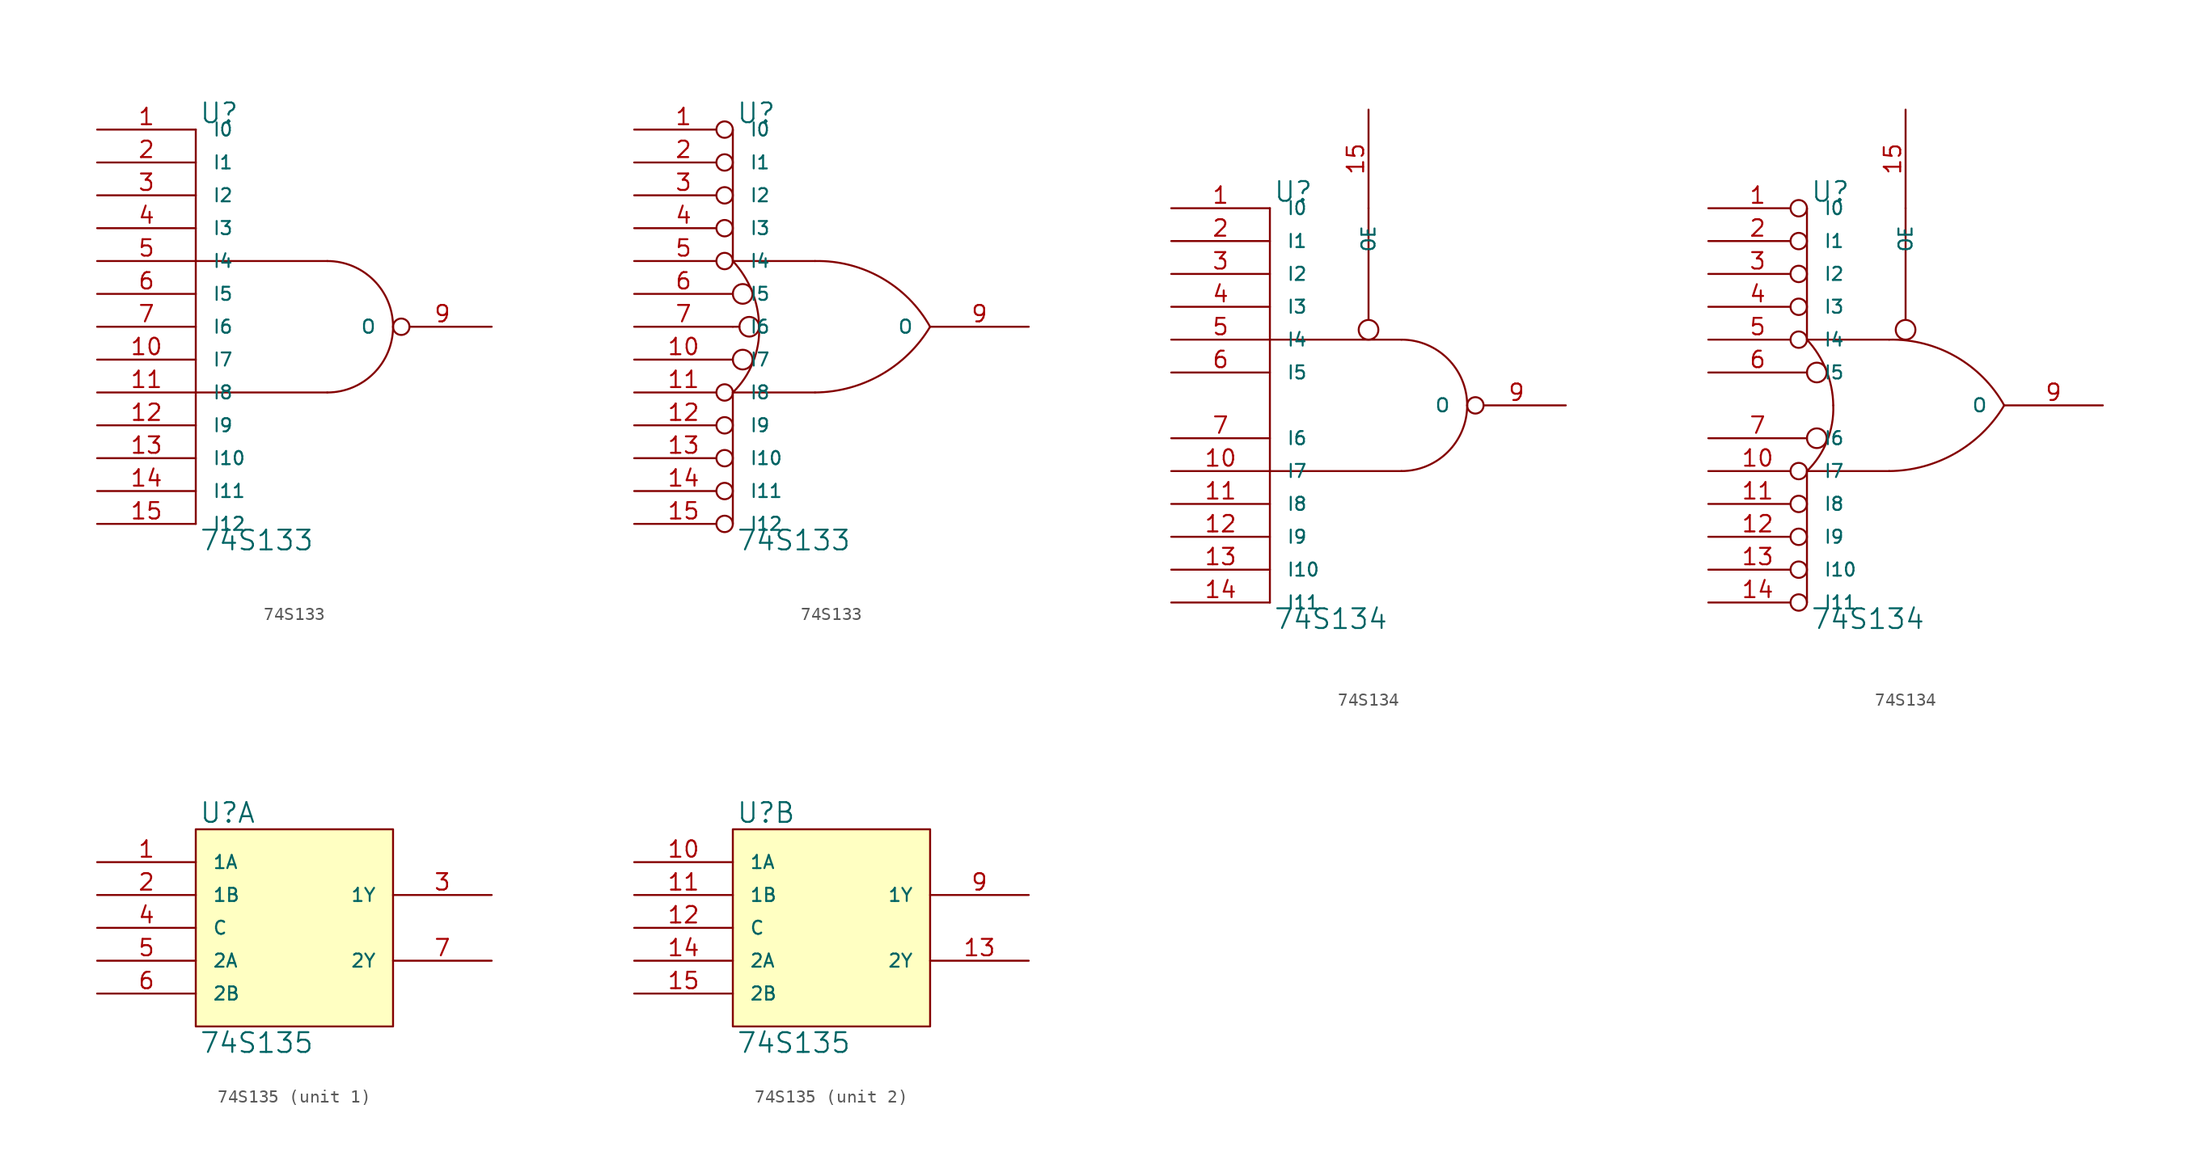
<source format=kicad_sym>
(kicad_symbol_lib
  (version 20231120)
  (generator "kicad_symbol_editor")
  (generator_version "8.0")
  (symbol "74S133"
    (pin_names
      (offset 1.27))
    (property "Reference" "U"
      (at 0.254 0.381 0)
      (effects (font (size 1.524 1.524)) (justify left bottom)))
    (property "Value" "74S133"
      (at 0.254 -30.861 0)
      (effects (font (size 1.524 1.524)) (justify left top)))
    (symbol "74S133_0_1"
      (polyline (pts (xy 0 -20.32) (xy 10.16 -20.32)) (stroke (width 0) (type solid)) (fill (type none)))
      (polyline (pts (xy 0 0) (xy 0 -30.48)) (stroke (width 0) (type solid)) (fill (type none)))
      (polyline (pts (xy 10.16 -10.16) (xy 0 -10.16)) (stroke (width 0) (type solid)) (fill (type none)))
      (arc (start 10.16 -20.32) (mid 13.7521 -18.8321) (end 15.24 -15.24) (stroke (width 0) (type solid)) (fill (type none)))
      (arc (start 15.24 -15.24) (mid 13.7521 -11.6479) (end 10.16 -10.16) (stroke (width 0) (type solid)) (fill (type none))))
    (symbol "74S133_0_2"
      (arc (start 0 -20.32) (mid 1.5573 -17.9893) (end 2.032 -15.24) (stroke (width 0) (type solid)) (fill (type none)))
      (polyline (pts (xy 0 -20.32) (xy 0 -30.48)) (stroke (width 0) (type solid)) (fill (type none)))
      (polyline (pts (xy 0 0) (xy 0 -10.16)) (stroke (width 0) (type solid)) (fill (type none)))
      (polyline (pts (xy 0.508 -15.24) (xy 0 -15.24)) (stroke (width 0) (type solid)) (fill (type none)))
      (polyline (pts (xy 6.35 -20.32) (xy 0 -20.32)) (stroke (width 0) (type solid)) (fill (type none)))
      (polyline (pts (xy 6.35 -10.16) (xy 0 -10.16)) (stroke (width 0) (type solid)) (fill (type none)))
      (circle (center 0.762 -17.78) (radius 0.762) (stroke (width 0) (type solid)) (fill (type none)))
      (circle (center 0.762 -12.7) (radius 0.762) (stroke (width 0) (type solid)) (fill (type none)))
      (circle (center 1.27 -15.24) (radius 0.762) (stroke (width 0) (type solid)) (fill (type none)))
      (arc (start 2.032 -15.24) (mid 1.4906 -12.5184) (end 0 -10.16) (stroke (width 0) (type solid)) (fill (type none)))
      (arc (start 6.35 -20.32) (mid 11.4496 -18.9475) (end 15.24 -15.24) (stroke (width 0) (type solid)) (fill (type none)))
      (arc (start 15.24 -15.24) (mid 11.4893 -11.4641) (end 6.35 -10.16) (stroke (width 0) (type solid)) (fill (type none))))
    (symbol "74S133_1_1"
      (pin input line (at -7.62 0 0) (length 7.62) (name "I0" (effects (font (size 1.016 1.016)))) (number "1" (effects (font (size 1.27 1.27)))))
      (pin input line (at -7.62 -17.78 0) (length 7.62) (name "I7" (effects (font (size 1.016 1.016)))) (number "10" (effects (font (size 1.27 1.27)))))
      (pin input line (at -7.62 -20.32 0) (length 7.62) (name "I8" (effects (font (size 1.016 1.016)))) (number "11" (effects (font (size 1.27 1.27)))))
      (pin input line (at -7.62 -22.86 0) (length 7.62) (name "I9" (effects (font (size 1.016 1.016)))) (number "12" (effects (font (size 1.27 1.27)))))
      (pin input line (at -7.62 -25.4 0) (length 7.62) (name "I10" (effects (font (size 1.016 1.016)))) (number "13" (effects (font (size 1.27 1.27)))))
      (pin input line (at -7.62 -27.94 0) (length 7.62) (name "I11" (effects (font (size 1.016 1.016)))) (number "14" (effects (font (size 1.27 1.27)))))
      (pin input line (at -7.62 -30.48 0) (length 7.62) (name "I12" (effects (font (size 1.016 1.016)))) (number "15" (effects (font (size 1.27 1.27)))))
      (pin power_in line (at 0 0 270) (length 0) hide (name "VCC" (effects (font (size 1.016 1.016)))) (number "16" (effects (font (size 1.27 1.27)))))
      (pin input line (at -7.62 -2.54 0) (length 7.62) (name "I1" (effects (font (size 1.016 1.016)))) (number "2" (effects (font (size 1.27 1.27)))))
      (pin input line (at -7.62 -5.08 0) (length 7.62) (name "I2" (effects (font (size 1.016 1.016)))) (number "3" (effects (font (size 1.27 1.27)))))
      (pin input line (at -7.62 -7.62 0) (length 7.62) (name "I3" (effects (font (size 1.016 1.016)))) (number "4" (effects (font (size 1.27 1.27)))))
      (pin input line (at -7.62 -10.16 0) (length 7.62) (name "I4" (effects (font (size 1.016 1.016)))) (number "5" (effects (font (size 1.27 1.27)))))
      (pin input line (at -7.62 -12.7 0) (length 7.62) (name "I5" (effects (font (size 1.016 1.016)))) (number "6" (effects (font (size 1.27 1.27)))))
      (pin input line (at -7.62 -15.24 0) (length 7.62) (name "I6" (effects (font (size 1.016 1.016)))) (number "7" (effects (font (size 1.27 1.27)))))
      (pin power_in line (at 0 -30.48 90) (length 0) hide (name "GND" (effects (font (size 1.016 1.016)))) (number "8" (effects (font (size 1.27 1.27)))))
      (pin output inverted (at 22.86 -15.24 180) (length 7.62) (name "O" (effects (font (size 1.016 1.016)))) (number "9" (effects (font (size 1.27 1.27))))))
    (symbol "74S133_1_2"
      (pin input inverted (at -7.62 0 0) (length 7.62) (name "I0" (effects (font (size 1.016 1.016)))) (number "1" (effects (font (size 1.27 1.27)))))
      (pin input line (at -7.62 -17.78 0) (length 7.62) (name "I7" (effects (font (size 1.016 1.016)))) (number "10" (effects (font (size 1.27 1.27)))))
      (pin input inverted (at -7.62 -20.32 0) (length 7.62) (name "I8" (effects (font (size 1.016 1.016)))) (number "11" (effects (font (size 1.27 1.27)))))
      (pin input inverted (at -7.62 -22.86 0) (length 7.62) (name "I9" (effects (font (size 1.016 1.016)))) (number "12" (effects (font (size 1.27 1.27)))))
      (pin input inverted (at -7.62 -25.4 0) (length 7.62) (name "I10" (effects (font (size 1.016 1.016)))) (number "13" (effects (font (size 1.27 1.27)))))
      (pin input inverted (at -7.62 -27.94 0) (length 7.62) (name "I11" (effects (font (size 1.016 1.016)))) (number "14" (effects (font (size 1.27 1.27)))))
      (pin input inverted (at -7.62 -30.48 0) (length 7.62) (name "I12" (effects (font (size 1.016 1.016)))) (number "15" (effects (font (size 1.27 1.27)))))
      (pin power_in line (at 0 0 270) (length 0) hide (name "VCC" (effects (font (size 1.016 1.016)))) (number "16" (effects (font (size 1.27 1.27)))))
      (pin input inverted (at -7.62 -2.54 0) (length 7.62) (name "I1" (effects (font (size 1.016 1.016)))) (number "2" (effects (font (size 1.27 1.27)))))
      (pin input inverted (at -7.62 -5.08 0) (length 7.62) (name "I2" (effects (font (size 1.016 1.016)))) (number "3" (effects (font (size 1.27 1.27)))))
      (pin input inverted (at -7.62 -7.62 0) (length 7.62) (name "I3" (effects (font (size 1.016 1.016)))) (number "4" (effects (font (size 1.27 1.27)))))
      (pin input inverted (at -7.62 -10.16 0) (length 7.62) (name "I4" (effects (font (size 1.016 1.016)))) (number "5" (effects (font (size 1.27 1.27)))))
      (pin input line (at -7.62 -12.7 0) (length 7.62) (name "I5" (effects (font (size 1.016 1.016)))) (number "6" (effects (font (size 1.27 1.27)))))
      (pin input line (at -7.62 -15.24 0) (length 7.62) (name "I6" (effects (font (size 1.016 1.016)))) (number "7" (effects (font (size 1.27 1.27)))))
      (pin power_in line (at 0 -30.48 90) (length 0) hide (name "GND" (effects (font (size 1.016 1.016)))) (number "8" (effects (font (size 1.27 1.27)))))
      (pin output line (at 22.86 -15.24 180) (length 7.62) (name "O" (effects (font (size 1.016 1.016)))) (number "9" (effects (font (size 1.27 1.27)))))))
  (symbol "74S134"
    (pin_names
      (offset 1.27))
    (property "Reference" "U"
      (at 0.254 0.381 0)
      (effects (font (size 1.524 1.524)) (justify left bottom)))
    (property "Value" "74S134"
      (at 0.254 -30.861 0)
      (effects (font (size 1.524 1.524)) (justify left top)))
    (symbol "74S134_0_1"
      (polyline (pts (xy 0 -20.32) (xy 10.16 -20.32)) (stroke (width 0) (type solid)) (fill (type none)))
      (polyline (pts (xy 0 0) (xy 0 -30.48)) (stroke (width 0) (type solid)) (fill (type none)))
      (polyline (pts (xy 7.62 0) (xy 7.62 -8.636)) (stroke (width 0) (type solid)) (fill (type none)))
      (polyline (pts (xy 10.16 -10.16) (xy 0 -10.16)) (stroke (width 0) (type solid)) (fill (type none)))
      (circle (center 7.62 -9.398) (radius 0.762) (stroke (width 0) (type solid)) (fill (type none)))
      (arc (start 10.16 -20.32) (mid 13.7521 -18.8321) (end 15.24 -15.24) (stroke (width 0) (type solid)) (fill (type none)))
      (arc (start 15.24 -15.24) (mid 13.7521 -11.6479) (end 10.16 -10.16) (stroke (width 0) (type solid)) (fill (type none))))
    (symbol "74S134_0_2"
      (arc (start 0 -20.32) (mid 1.5573 -17.9893) (end 2.032 -15.24) (stroke (width 0) (type solid)) (fill (type none)))
      (polyline (pts (xy 0 -20.32) (xy 0 -30.48)) (stroke (width 0) (type solid)) (fill (type none)))
      (polyline (pts (xy 0 0) (xy 0 -10.16)) (stroke (width 0) (type solid)) (fill (type none)))
      (polyline (pts (xy 6.35 -20.32) (xy 0 -20.32)) (stroke (width 0) (type solid)) (fill (type none)))
      (polyline (pts (xy 6.35 -10.16) (xy 0 -10.16)) (stroke (width 0) (type solid)) (fill (type none)))
      (polyline (pts (xy 7.62 -8.636) (xy 7.62 0)) (stroke (width 0) (type solid)) (fill (type none)))
      (circle (center 0.762 -17.78) (radius 0.762) (stroke (width 0) (type solid)) (fill (type none)))
      (circle (center 0.762 -12.7) (radius 0.762) (stroke (width 0) (type solid)) (fill (type none)))
      (arc (start 2.032 -15.24) (mid 1.4906 -12.5184) (end 0 -10.16) (stroke (width 0) (type solid)) (fill (type none)))
      (arc (start 6.35 -20.32) (mid 11.4496 -18.9475) (end 15.24 -15.24) (stroke (width 0) (type solid)) (fill (type none)))
      (circle (center 7.62 -9.398) (radius 0.762) (stroke (width 0) (type solid)) (fill (type none)))
      (arc (start 15.24 -15.24) (mid 11.4893 -11.4641) (end 6.35 -10.16) (stroke (width 0) (type solid)) (fill (type none))))
    (symbol "74S134_1_1"
      (pin input line (at -7.62 0 0) (length 7.62) (name "I0" (effects (font (size 1.016 1.016)))) (number "1" (effects (font (size 1.27 1.27)))))
      (pin input line (at -7.62 -20.32 0) (length 7.62) (name "I7" (effects (font (size 1.016 1.016)))) (number "10" (effects (font (size 1.27 1.27)))))
      (pin input line (at -7.62 -22.86 0) (length 7.62) (name "I8" (effects (font (size 1.016 1.016)))) (number "11" (effects (font (size 1.27 1.27)))))
      (pin input line (at -7.62 -25.4 0) (length 7.62) (name "I9" (effects (font (size 1.016 1.016)))) (number "12" (effects (font (size 1.27 1.27)))))
      (pin input line (at -7.62 -27.94 0) (length 7.62) (name "I10" (effects (font (size 1.016 1.016)))) (number "13" (effects (font (size 1.27 1.27)))))
      (pin input line (at -7.62 -30.48 0) (length 7.62) (name "I11" (effects (font (size 1.016 1.016)))) (number "14" (effects (font (size 1.27 1.27)))))
      (pin input line (at 7.62 7.62 270) (length 7.62) (name "OE" (effects (font (size 1.016 1.016)))) (number "15" (effects (font (size 1.27 1.27)))))
      (pin power_in line (at 0 0 270) (length 0) hide (name "VCC" (effects (font (size 1.016 1.016)))) (number "16" (effects (font (size 1.27 1.27)))))
      (pin input line (at -7.62 -2.54 0) (length 7.62) (name "I1" (effects (font (size 1.016 1.016)))) (number "2" (effects (font (size 1.27 1.27)))))
      (pin input line (at -7.62 -5.08 0) (length 7.62) (name "I2" (effects (font (size 1.016 1.016)))) (number "3" (effects (font (size 1.27 1.27)))))
      (pin input line (at -7.62 -7.62 0) (length 7.62) (name "I3" (effects (font (size 1.016 1.016)))) (number "4" (effects (font (size 1.27 1.27)))))
      (pin input line (at -7.62 -10.16 0) (length 7.62) (name "I4" (effects (font (size 1.016 1.016)))) (number "5" (effects (font (size 1.27 1.27)))))
      (pin input line (at -7.62 -12.7 0) (length 7.62) (name "I5" (effects (font (size 1.016 1.016)))) (number "6" (effects (font (size 1.27 1.27)))))
      (pin input line (at -7.62 -17.78 0) (length 7.62) (name "I6" (effects (font (size 1.016 1.016)))) (number "7" (effects (font (size 1.27 1.27)))))
      (pin power_in line (at 0 -30.48 90) (length 0) hide (name "GND" (effects (font (size 1.016 1.016)))) (number "8" (effects (font (size 1.27 1.27)))))
      (pin output inverted (at 22.86 -15.24 180) (length 7.62) (name "O" (effects (font (size 1.016 1.016)))) (number "9" (effects (font (size 1.27 1.27))))))
    (symbol "74S134_1_2"
      (pin input inverted (at -7.62 0 0) (length 7.62) (name "I0" (effects (font (size 1.016 1.016)))) (number "1" (effects (font (size 1.27 1.27)))))
      (pin input inverted (at -7.62 -20.32 0) (length 7.62) (name "I7" (effects (font (size 1.016 1.016)))) (number "10" (effects (font (size 1.27 1.27)))))
      (pin input inverted (at -7.62 -22.86 0) (length 7.62) (name "I8" (effects (font (size 1.016 1.016)))) (number "11" (effects (font (size 1.27 1.27)))))
      (pin input inverted (at -7.62 -25.4 0) (length 7.62) (name "I9" (effects (font (size 1.016 1.016)))) (number "12" (effects (font (size 1.27 1.27)))))
      (pin input inverted (at -7.62 -27.94 0) (length 7.62) (name "I10" (effects (font (size 1.016 1.016)))) (number "13" (effects (font (size 1.27 1.27)))))
      (pin input inverted (at -7.62 -30.48 0) (length 7.62) (name "I11" (effects (font (size 1.016 1.016)))) (number "14" (effects (font (size 1.27 1.27)))))
      (pin input line (at 7.62 7.62 270) (length 7.62) (name "OE" (effects (font (size 1.016 1.016)))) (number "15" (effects (font (size 1.27 1.27)))))
      (pin power_in line (at 0 0 270) (length 0) hide (name "VCC" (effects (font (size 1.016 1.016)))) (number "16" (effects (font (size 1.27 1.27)))))
      (pin input inverted (at -7.62 -2.54 0) (length 7.62) (name "I1" (effects (font (size 1.016 1.016)))) (number "2" (effects (font (size 1.27 1.27)))))
      (pin input inverted (at -7.62 -5.08 0) (length 7.62) (name "I2" (effects (font (size 1.016 1.016)))) (number "3" (effects (font (size 1.27 1.27)))))
      (pin input inverted (at -7.62 -7.62 0) (length 7.62) (name "I3" (effects (font (size 1.016 1.016)))) (number "4" (effects (font (size 1.27 1.27)))))
      (pin input inverted (at -7.62 -10.16 0) (length 7.62) (name "I4" (effects (font (size 1.016 1.016)))) (number "5" (effects (font (size 1.27 1.27)))))
      (pin input line (at -7.62 -12.7 0) (length 7.62) (name "I5" (effects (font (size 1.016 1.016)))) (number "6" (effects (font (size 1.27 1.27)))))
      (pin input line (at -7.62 -17.78 0) (length 7.62) (name "I6" (effects (font (size 1.016 1.016)))) (number "7" (effects (font (size 1.27 1.27)))))
      (pin power_in line (at 0 -30.48 90) (length 0) hide (name "GND" (effects (font (size 1.016 1.016)))) (number "8" (effects (font (size 1.27 1.27)))))
      (pin output line (at 22.86 -15.24 180) (length 7.62) (name "O" (effects (font (size 1.016 1.016)))) (number "9" (effects (font (size 1.27 1.27)))))))
  (symbol "74S135"
    (pin_names
      (offset 1.27))
    (property "Reference" "U"
      (at 0.254 0.381 0)
      (effects (font (size 1.524 1.524)) (justify left bottom)))
    (property "Value" "74S135"
      (at 0.254 -15.621 0)
      (effects (font (size 1.524 1.524)) (justify left top)))
    (symbol "74S135_0_1"
      (rectangle (start 0 0) (end 15.24 -15.24) (stroke (width 0) (type solid)) (fill (type background))))
    (symbol "74S135_1_1"
      (pin input line (at -7.62 -2.54 0) (length 7.62) (name "1A" (effects (font (size 1.016 1.016)))) (number "1" (effects (font (size 1.27 1.27)))))
      (pin power_in line (at 0 0 270) (length 0) hide (name "VCC" (effects (font (size 1.016 1.016)))) (number "16" (effects (font (size 1.27 1.27)))))
      (pin input line (at -7.62 -5.08 0) (length 7.62) (name "1B" (effects (font (size 1.016 1.016)))) (number "2" (effects (font (size 1.27 1.27)))))
      (pin output line (at 22.86 -5.08 180) (length 7.62) (name "1Y" (effects (font (size 1.016 1.016)))) (number "3" (effects (font (size 1.27 1.27)))))
      (pin input line (at -7.62 -7.62 0) (length 7.62) (name "C" (effects (font (size 1.016 1.016)))) (number "4" (effects (font (size 1.27 1.27)))))
      (pin input line (at -7.62 -10.16 0) (length 7.62) (name "2A" (effects (font (size 1.016 1.016)))) (number "5" (effects (font (size 1.27 1.27)))))
      (pin input line (at -7.62 -12.7 0) (length 7.62) (name "2B" (effects (font (size 1.016 1.016)))) (number "6" (effects (font (size 1.27 1.27)))))
      (pin output line (at 22.86 -10.16 180) (length 7.62) (name "2Y" (effects (font (size 1.016 1.016)))) (number "7" (effects (font (size 1.27 1.27)))))
      (pin power_in line (at 0 -15.24 90) (length 0) hide (name "GND" (effects (font (size 1.016 1.016)))) (number "8" (effects (font (size 1.27 1.27))))))
    (symbol "74S135_2_1"
      (pin input line (at -7.62 -2.54 0) (length 7.62) (name "1A" (effects (font (size 1.016 1.016)))) (number "10" (effects (font (size 1.27 1.27)))))
      (pin input line (at -7.62 -5.08 0) (length 7.62) (name "1B" (effects (font (size 1.016 1.016)))) (number "11" (effects (font (size 1.27 1.27)))))
      (pin input line (at -7.62 -7.62 0) (length 7.62) (name "C" (effects (font (size 1.016 1.016)))) (number "12" (effects (font (size 1.27 1.27)))))
      (pin output line (at 22.86 -10.16 180) (length 7.62) (name "2Y" (effects (font (size 1.016 1.016)))) (number "13" (effects (font (size 1.27 1.27)))))
      (pin input line (at -7.62 -10.16 0) (length 7.62) (name "2A" (effects (font (size 1.016 1.016)))) (number "14" (effects (font (size 1.27 1.27)))))
      (pin input line (at -7.62 -12.7 0) (length 7.62) (name "2B" (effects (font (size 1.016 1.016)))) (number "15" (effects (font (size 1.27 1.27)))))
      (pin power_in line (at 0 0 270) (length 0) hide (name "VCC" (effects (font (size 1.016 1.016)))) (number "16" (effects (font (size 1.27 1.27)))))
      (pin power_in line (at 0 -15.24 90) (length 0) hide (name "GND" (effects (font (size 1.016 1.016)))) (number "8" (effects (font (size 1.27 1.27)))))
      (pin output line (at 22.86 -5.08 180) (length 7.62) (name "1Y" (effects (font (size 1.016 1.016)))) (number "9" (effects (font (size 1.27 1.27))))))))
</source>
